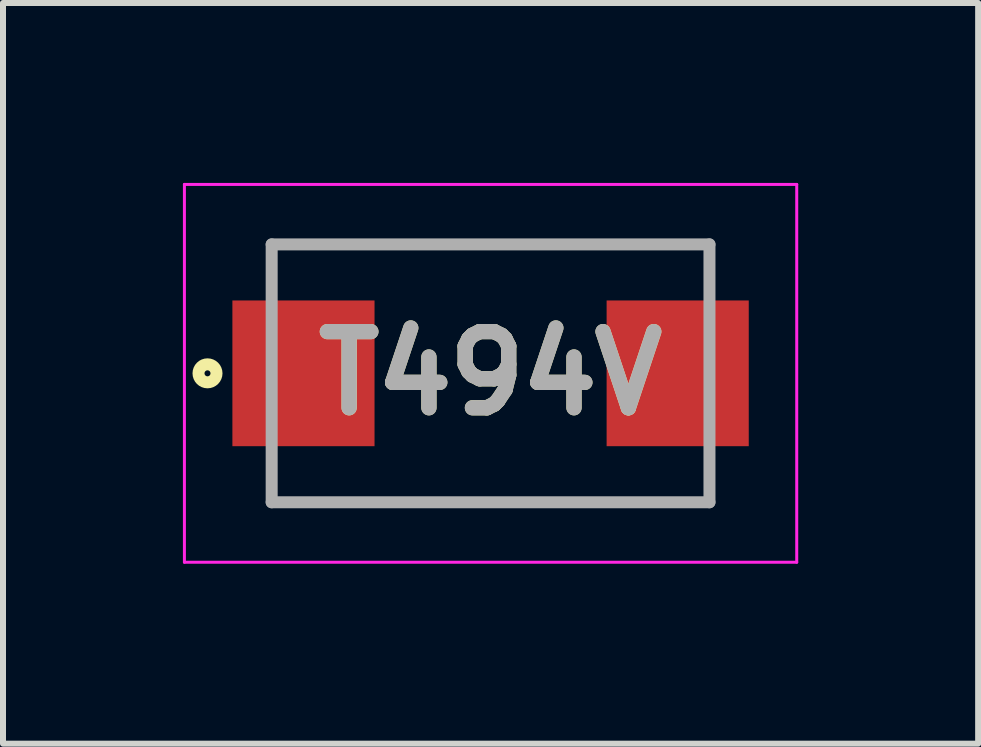
<source format=kicad_pcb>
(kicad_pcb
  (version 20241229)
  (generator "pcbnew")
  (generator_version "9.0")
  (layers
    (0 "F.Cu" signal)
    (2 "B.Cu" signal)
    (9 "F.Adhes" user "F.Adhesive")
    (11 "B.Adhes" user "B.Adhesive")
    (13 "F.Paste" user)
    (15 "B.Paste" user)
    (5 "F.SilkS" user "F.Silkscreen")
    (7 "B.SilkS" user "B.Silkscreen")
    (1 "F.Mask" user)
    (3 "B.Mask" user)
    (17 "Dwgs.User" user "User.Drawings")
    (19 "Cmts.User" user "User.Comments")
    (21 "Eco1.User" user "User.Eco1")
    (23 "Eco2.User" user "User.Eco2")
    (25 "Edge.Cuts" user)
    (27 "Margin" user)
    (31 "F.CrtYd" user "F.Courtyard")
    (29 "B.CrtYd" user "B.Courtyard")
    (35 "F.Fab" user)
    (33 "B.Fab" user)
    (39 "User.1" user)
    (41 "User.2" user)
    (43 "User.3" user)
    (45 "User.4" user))
  (footprint "T494V"
    (layer "F.Cu")
    (at 5.13 3.175)
    (property "Reference" "T494V" (at 0 0 0) (layer "F.SilkS") (effects (font (size 1.27 1.27) (thickness 0.254))))
    (attr smd)
    (fp_line (start -3.65 -2.15) (end 3.65 -2.15) (stroke (width 0.1) (type solid)) (layer "F.SilkS"))
    (fp_line (start 3.65 2.15) (end -3.65 2.15) (stroke (width 0.1) (type solid)) (layer "F.SilkS"))
    (fp_circle (center -4.72 0) (end -4.72 0.05) (stroke (width 0.2) (type solid)) (fill no) (layer "F.SilkS"))
    (fp_line (start -5.105 -3.15) (end 5.105 -3.15) (stroke (width 0.05) (type solid)) (layer "F.CrtYd"))
    (fp_line (start -5.105 3.15) (end -5.105 -3.15) (stroke (width 0.05) (type solid)) (layer "F.CrtYd"))
    (fp_line (start 5.105 -3.15) (end 5.105 3.15) (stroke (width 0.05) (type solid)) (layer "F.CrtYd"))
    (fp_line (start 5.105 3.15) (end -5.105 3.15) (stroke (width 0.05) (type solid)) (layer "F.CrtYd"))
    (fp_line (start -3.65 -2.15) (end 3.65 -2.15) (stroke (width 0.2) (type solid)) (layer "F.Fab"))
    (fp_line (start -3.65 2.15) (end -3.65 -2.15) (stroke (width 0.2) (type solid)) (layer "F.Fab"))
    (fp_line (start 3.65 -2.15) (end 3.65 2.15) (stroke (width 0.2) (type solid)) (layer "F.Fab"))
    (fp_line (start 3.65 2.15) (end -3.65 2.15) (stroke (width 0.2) (type solid)) (layer "F.Fab"))
    (fp_text user "${REFERENCE}" (at 0 0 0) (layer "F.Fab") (effects (font (size 1.27 1.27) (thickness 0.254))))
    (pad "1" smd rect (at -3.12 0) (size 2.37 2.43) (layers "F.Cu" "F.Mask" "F.Paste"))
    (pad "2" smd rect (at 3.12 0) (size 2.37 2.43) (layers "F.Cu" "F.Mask" "F.Paste")))
  (gr_rect
    (start -3 -3)
    (end 13.26 9.35)
    (stroke (width 0.1) (type default))
    (fill no)
    (layer "Edge.Cuts")))
</source>
